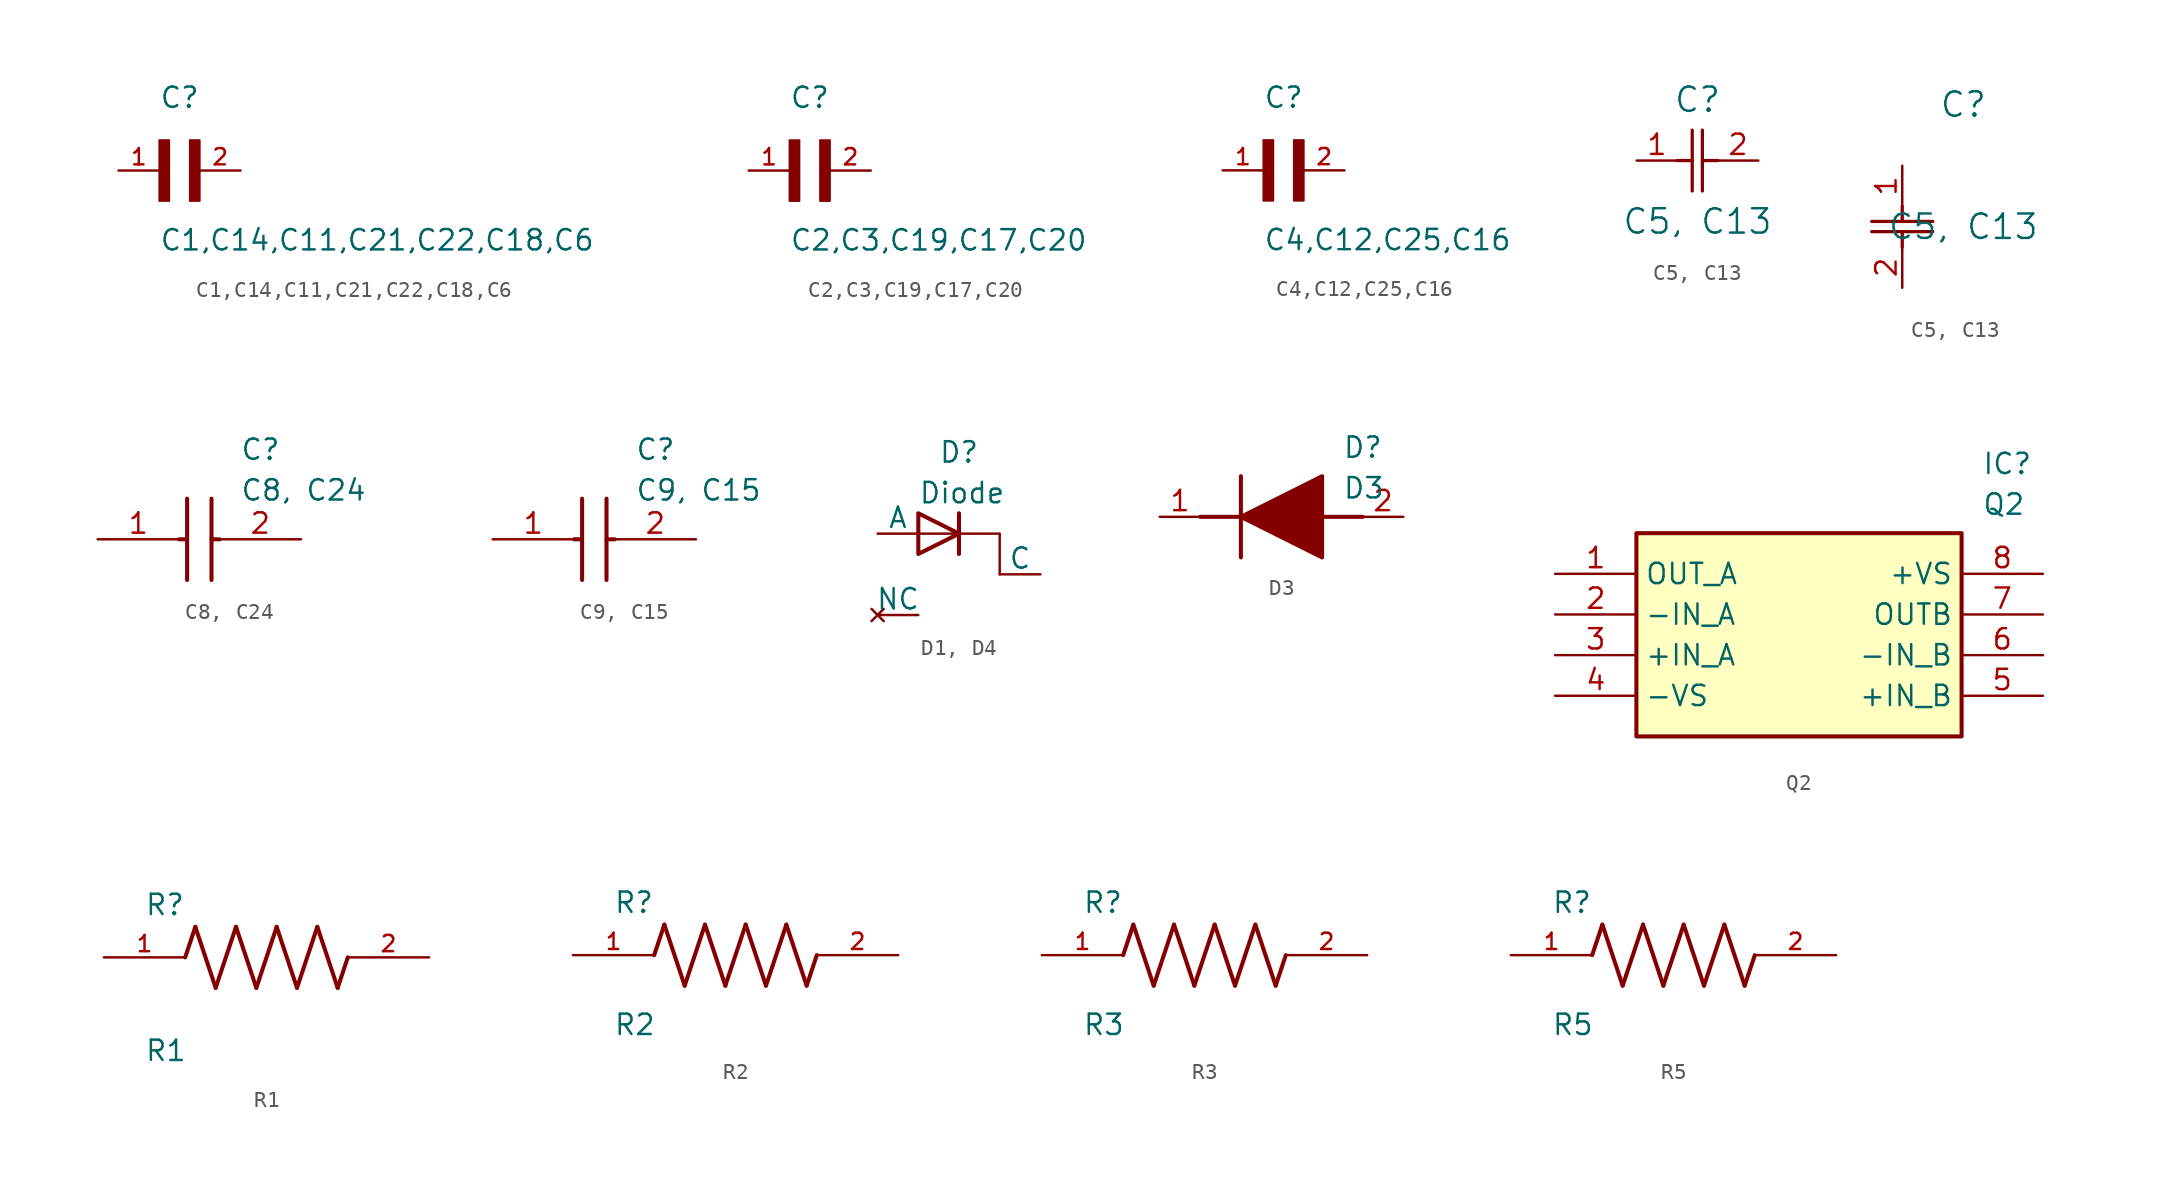
<source format=kicad_sym>
(kicad_symbol_lib
  (version 20241209)
  (generator "kicad_symbol_editor")
  (generator_version "9.0")
  (symbol "C1,C14,C11,C21,C22,C18,C6"
    (pin_names
      (offset 1.016))
    (property "Reference" "C"
      (at 0 3.811 0)
      (effects (font (size 1.27 1.27)) (justify left bottom)))
    (property "Value" "C1,C14,C11,C21,C22,C18,C6"
      (at 0 -5.088 0)
      (effects (font (size 1.27 1.27)) (justify left bottom)))
    (symbol "C1,C14,C11,C21,C22,C18,C6_0_0"
      (rectangle (start 0 -1.907) (end 0.635 1.905) (stroke (width 0.1) (type default)) (fill (type outline)))
      (rectangle (start 1.907 -1.907) (end 2.54 1.905) (stroke (width 0.1) (type default)) (fill (type outline)))
      (pin passive line (at -2.54 0 0) (length 2.54) (name "~" (effects (font (size 1.016 1.016)))) (number "1" (effects (font (size 1.016 1.016)))))
      (pin passive line (at 5.08 0 180) (length 2.54) (name "~" (effects (font (size 1.016 1.016)))) (number "2" (effects (font (size 1.016 1.016)))))))
  (symbol "C2,C3,C19,C17,C20"
    (pin_names
      (offset 1.016))
    (property "Reference" "C"
      (at 0 3.811 0)
      (effects (font (size 1.27 1.27)) (justify left bottom)))
    (property "Value" "C2,C3,C19,C17,C20"
      (at 0 -5.088 0)
      (effects (font (size 1.27 1.27)) (justify left bottom)))
    (symbol "C2,C3,C19,C17,C20_0_0"
      (rectangle (start 0 -1.907) (end 0.635 1.905) (stroke (width 0.1) (type default)) (fill (type outline)))
      (rectangle (start 1.907 -1.907) (end 2.54 1.905) (stroke (width 0.1) (type default)) (fill (type outline)))
      (pin passive line (at -2.54 0 0) (length 2.54) (name "~" (effects (font (size 1.016 1.016)))) (number "1" (effects (font (size 1.016 1.016)))))
      (pin passive line (at 5.08 0 180) (length 2.54) (name "~" (effects (font (size 1.016 1.016)))) (number "2" (effects (font (size 1.016 1.016)))))))
  (symbol "C4,C12,C25,C16"
    (pin_names
      (offset 1.016))
    (property "Reference" "C"
      (at 0 3.811 0)
      (effects (font (size 1.27 1.27)) (justify left bottom)))
    (property "Value" "C4,C12,C25,C16"
      (at 0 -5.088 0)
      (effects (font (size 1.27 1.27)) (justify left bottom)))
    (symbol "C4,C12,C25,C16_0_0"
      (rectangle (start 0 -1.907) (end 0.635 1.905) (stroke (width 0.1) (type default)) (fill (type outline)))
      (rectangle (start 1.907 -1.907) (end 2.54 1.905) (stroke (width 0.1) (type default)) (fill (type outline)))
      (pin passive line (at -2.54 0 0) (length 2.54) (name "~" (effects (font (size 1.016 1.016)))) (number "1" (effects (font (size 1.016 1.016)))))
      (pin passive line (at 5.08 0 180) (length 2.54) (name "~" (effects (font (size 1.016 1.016)))) (number "2" (effects (font (size 1.016 1.016)))))))
  (symbol "C5, C13"
    (pin_names
      (offset 0.254))
    (property "Reference" "C"
      (at 3.81 3.81 0)
      (effects (font (size 1.524 1.524))))
    (property "Value" "C5, C13"
      (at 3.81 -3.81 0)
      (effects (font (size 1.524 1.524))))
    (property "ki_locked" ""
      (at 0 0 0)
      (effects (font (size 1.27 1.27))))
    (symbol "C5, C13_1_1"
      (polyline (pts (xy 2.54 0) (xy 3.48 0)) (stroke (width 0.203) (type default)) (fill (type none)))
      (polyline (pts (xy 3.48 -1.905) (xy 3.48 1.905)) (stroke (width 0.203) (type default)) (fill (type none)))
      (polyline (pts (xy 4.115 0) (xy 5.08 0)) (stroke (width 0.203) (type default)) (fill (type none)))
      (polyline (pts (xy 4.115 -1.905) (xy 4.115 1.905)) (stroke (width 0.203) (type default)) (fill (type none)))
      (pin unspecified line (at 0 0 0) (length 2.54) (name "" (effects (font (size 1.27 1.27)))) (number "1" (effects (font (size 1.27 1.27)))))
      (pin unspecified line (at 7.62 0 180) (length 2.54) (name "" (effects (font (size 1.27 1.27)))) (number "2" (effects (font (size 1.27 1.27))))))
    (symbol "C5, C13_1_2"
      (polyline (pts (xy -1.905 -3.48) (xy 1.905 -3.48)) (stroke (width 0.203) (type default)) (fill (type none)))
      (polyline (pts (xy -1.905 -4.115) (xy 1.905 -4.115)) (stroke (width 0.203) (type default)) (fill (type none)))
      (polyline (pts (xy 0 -2.54) (xy 0 -3.48)) (stroke (width 0.203) (type default)) (fill (type none)))
      (polyline (pts (xy 0 -4.115) (xy 0 -5.08)) (stroke (width 0.203) (type default)) (fill (type none)))
      (pin unspecified line (at 0 0 270) (length 2.54) (name "" (effects (font (size 1.27 1.27)))) (number "1" (effects (font (size 1.27 1.27)))))
      (pin unspecified line (at 0 -7.62 90) (length 2.54) (name "" (effects (font (size 1.27 1.27)))) (number "2" (effects (font (size 1.27 1.27)))))))
  (symbol "C8, C24"
    (pin_names
      (hide yes))
    (property "Reference" "C"
      (at 8.89 6.35 0)
      (effects (font (size 1.27 1.27)) (justify left top)))
    (property "Value" "C8, C24"
      (at 8.89 3.81 0)
      (effects (font (size 1.27 1.27)) (justify left top)))
    (symbol "C8, C24_1_1"
      (polyline (pts (xy 5.08 0) (xy 5.588 0)) (stroke (width 0.254) (type default)) (fill (type none)))
      (polyline (pts (xy 5.588 2.54) (xy 5.588 -2.54)) (stroke (width 0.254) (type default)) (fill (type none)))
      (polyline (pts (xy 7.112 2.54) (xy 7.112 -2.54)) (stroke (width 0.254) (type default)) (fill (type none)))
      (polyline (pts (xy 7.112 0) (xy 7.62 0)) (stroke (width 0.254) (type default)) (fill (type none)))
      (pin passive line (at 0 0 0) (length 5.08) (name "1" (effects (font (size 1.27 1.27)))) (number "1" (effects (font (size 1.27 1.27)))))
      (pin passive line (at 12.7 0 180) (length 5.08) (name "2" (effects (font (size 1.27 1.27)))) (number "2" (effects (font (size 1.27 1.27)))))))
  (symbol "C9, C15"
    (pin_names
      (hide yes))
    (property "Reference" "C"
      (at 8.89 6.35 0)
      (effects (font (size 1.27 1.27)) (justify left top)))
    (property "Value" "C9, C15"
      (at 8.89 3.81 0)
      (effects (font (size 1.27 1.27)) (justify left top)))
    (symbol "C9, C15_1_1"
      (polyline (pts (xy 5.08 0) (xy 5.588 0)) (stroke (width 0.254) (type default)) (fill (type none)))
      (polyline (pts (xy 5.588 2.54) (xy 5.588 -2.54)) (stroke (width 0.254) (type default)) (fill (type none)))
      (polyline (pts (xy 7.112 2.54) (xy 7.112 -2.54)) (stroke (width 0.254) (type default)) (fill (type none)))
      (polyline (pts (xy 7.112 0) (xy 7.62 0)) (stroke (width 0.254) (type default)) (fill (type none)))
      (pin passive line (at 0 0 0) (length 5.08) (name "1" (effects (font (size 1.27 1.27)))) (number "1" (effects (font (size 1.27 1.27)))))
      (pin passive line (at 12.7 0 180) (length 5.08) (name "2" (effects (font (size 1.27 1.27)))) (number "2" (effects (font (size 1.27 1.27)))))))
  (symbol "D1, D4"
    (pin_numbers
      (hide yes))
    (pin_names
      (offset 0))
    (property "Reference" "D"
      (at 0 7.62 0)
      (effects (font (size 1.27 1.27))))
    (property "Value" "Diode"
      (at -2.54 5.08 0)
      (effects (font (size 1.27 1.27)) (justify left)))
    (symbol "D1, D4_0_1"
      (polyline (pts (xy -2.54 2.54) (xy 0 2.54)) (stroke (width 0) (type default)) (fill (type none)))
      (polyline (pts (xy -2.54 1.27) (xy -2.54 3.81) (xy 0 2.54) (xy -2.54 1.27)) (stroke (width 0.254) (type default)) (fill (type none)))
      (polyline (pts (xy 0 1.27) (xy 0 3.81)) (stroke (width 0.254) (type default)) (fill (type none)))
      (polyline (pts (xy 2.54 0) (xy 2.54 2.54) (xy 0 2.54)) (stroke (width 0) (type default)) (fill (type none))))
    (symbol "D1, D4_1_1"
      (pin passive line (at -5.08 2.54 0) (length 2.54) (name "A" (effects (font (size 1.27 1.27)))) (number "1" (effects (font (size 1.27 1.27)))))
      (pin no_connect line (at -5.08 -2.54 0) (length 2.54) (name "NC" (effects (font (size 1.27 1.27)))) (number "3" (effects (font (size 1.27 1.27)))))
      (pin passive line (at 5.08 0 180) (length 2.54) (name "C" (effects (font (size 1.27 1.27)))) (number "2" (effects (font (size 1.27 1.27)))))))
  (symbol "D3"
    (pin_names
      (hide yes))
    (property "Reference" "D"
      (at 11.43 5.08 0)
      (effects (font (size 1.27 1.27)) (justify left top)))
    (property "Value" "D3"
      (at 11.43 2.54 0)
      (effects (font (size 1.27 1.27)) (justify left top)))
    (symbol "D3_1_1"
      (polyline (pts (xy 2.54 0) (xy 5.08 0)) (stroke (width 0.254) (type default)) (fill (type none)))
      (polyline (pts (xy 5.08 2.54) (xy 5.08 -2.54)) (stroke (width 0.254) (type default)) (fill (type none)))
      (polyline (pts (xy 5.08 0) (xy 10.16 2.54) (xy 10.16 -2.54) (xy 5.08 0)) (stroke (width 0.254) (type default)) (fill (type outline)))
      (polyline (pts (xy 10.16 0) (xy 12.7 0)) (stroke (width 0.254) (type default)) (fill (type none)))
      (pin passive line (at 0 0 0) (length 2.54) (name "K" (effects (font (size 1.27 1.27)))) (number "1" (effects (font (size 1.27 1.27)))))
      (pin passive line (at 15.24 0 180) (length 2.54) (name "A" (effects (font (size 1.27 1.27)))) (number "2" (effects (font (size 1.27 1.27)))))))
  (symbol "Q2"
    (property "Reference" "IC"
      (at 26.67 7.62 0)
      (effects (font (size 1.27 1.27)) (justify left top)))
    (property "Value" "Q2"
      (at 26.67 5.08 0)
      (effects (font (size 1.27 1.27)) (justify left top)))
    (symbol "Q2_1_1"
      (rectangle (start 5.08 2.54) (end 25.4 -10.16) (stroke (width 0.254) (type default)) (fill (type background)))
      (pin passive line (at 0 0 0) (length 5.08) (name "OUT_A" (effects (font (size 1.27 1.27)))) (number "1" (effects (font (size 1.27 1.27)))))
      (pin passive line (at 0 -2.54 0) (length 5.08) (name "-IN_A" (effects (font (size 1.27 1.27)))) (number "2" (effects (font (size 1.27 1.27)))))
      (pin passive line (at 0 -5.08 0) (length 5.08) (name "+IN_A" (effects (font (size 1.27 1.27)))) (number "3" (effects (font (size 1.27 1.27)))))
      (pin passive line (at 0 -7.62 0) (length 5.08) (name "-VS" (effects (font (size 1.27 1.27)))) (number "4" (effects (font (size 1.27 1.27)))))
      (pin passive line (at 30.48 0 180) (length 5.08) (name "+VS" (effects (font (size 1.27 1.27)))) (number "8" (effects (font (size 1.27 1.27)))))
      (pin passive line (at 30.48 -2.54 180) (length 5.08) (name "OUTB" (effects (font (size 1.27 1.27)))) (number "7" (effects (font (size 1.27 1.27)))))
      (pin passive line (at 30.48 -5.08 180) (length 5.08) (name "-IN_B" (effects (font (size 1.27 1.27)))) (number "6" (effects (font (size 1.27 1.27)))))
      (pin passive line (at 30.48 -7.62 180) (length 5.08) (name "+IN_B" (effects (font (size 1.27 1.27)))) (number "5" (effects (font (size 1.27 1.27)))))))
  (symbol "R1"
    (pin_names
      (offset 1.016))
    (property "Reference" "R"
      (at -7.624 2.541 0)
      (effects (font (size 1.27 1.27)) (justify left bottom)))
    (property "Value" "R1"
      (at -7.624 -5.087 0)
      (effects (font (size 1.27 1.27)) (justify left top)))
    (symbol "R1_0_0"
      (polyline (pts (xy -5.08 0) (xy -4.445 1.905)) (stroke (width 0.254) (type default)) (fill (type none)))
      (polyline (pts (xy -4.445 1.905) (xy -3.175 -1.905)) (stroke (width 0.254) (type default)) (fill (type none)))
      (polyline (pts (xy -3.175 -1.905) (xy -1.905 1.905)) (stroke (width 0.254) (type default)) (fill (type none)))
      (polyline (pts (xy -1.905 1.905) (xy -0.635 -1.905)) (stroke (width 0.254) (type default)) (fill (type none)))
      (polyline (pts (xy -0.635 -1.905) (xy 0.635 1.905)) (stroke (width 0.254) (type default)) (fill (type none)))
      (polyline (pts (xy 0.635 1.905) (xy 1.905 -1.905)) (stroke (width 0.254) (type default)) (fill (type none)))
      (polyline (pts (xy 1.905 -1.905) (xy 3.175 1.905)) (stroke (width 0.254) (type default)) (fill (type none)))
      (polyline (pts (xy 3.175 1.905) (xy 4.445 -1.905)) (stroke (width 0.254) (type default)) (fill (type none)))
      (polyline (pts (xy 4.445 -1.905) (xy 5.08 0)) (stroke (width 0.254) (type default)) (fill (type none)))
      (pin passive line (at -10.16 0 0) (length 5.08) (name "~" (effects (font (size 1.016 1.016)))) (number "1" (effects (font (size 1.016 1.016)))))
      (pin passive line (at 10.16 0 180) (length 5.08) (name "~" (effects (font (size 1.016 1.016)))) (number "2" (effects (font (size 1.016 1.016)))))))
  (symbol "R2"
    (pin_names
      (offset 1.016))
    (property "Reference" "R"
      (at -7.624 2.542 0)
      (effects (font (size 1.27 1.27)) (justify left bottom)))
    (property "Value" "R2"
      (at -7.63 -5.087 0)
      (effects (font (size 1.27 1.27)) (justify left bottom)))
    (symbol "R2_0_0"
      (polyline (pts (xy -5.08 0) (xy -4.445 1.905)) (stroke (width 0.254) (type default)) (fill (type none)))
      (polyline (pts (xy -4.445 1.905) (xy -3.175 -1.905)) (stroke (width 0.254) (type default)) (fill (type none)))
      (polyline (pts (xy -3.175 -1.905) (xy -1.905 1.905)) (stroke (width 0.254) (type default)) (fill (type none)))
      (polyline (pts (xy -1.905 1.905) (xy -0.635 -1.905)) (stroke (width 0.254) (type default)) (fill (type none)))
      (polyline (pts (xy -0.635 -1.905) (xy 0.635 1.905)) (stroke (width 0.254) (type default)) (fill (type none)))
      (polyline (pts (xy 0.635 1.905) (xy 1.905 -1.905)) (stroke (width 0.254) (type default)) (fill (type none)))
      (polyline (pts (xy 1.905 -1.905) (xy 3.175 1.905)) (stroke (width 0.254) (type default)) (fill (type none)))
      (polyline (pts (xy 3.175 1.905) (xy 4.445 -1.905)) (stroke (width 0.254) (type default)) (fill (type none)))
      (polyline (pts (xy 4.445 -1.905) (xy 5.08 0)) (stroke (width 0.254) (type default)) (fill (type none)))
      (pin passive line (at -10.16 0 0) (length 5.08) (name "~" (effects (font (size 1.016 1.016)))) (number "1" (effects (font (size 1.016 1.016)))))
      (pin passive line (at 10.16 0 180) (length 5.08) (name "~" (effects (font (size 1.016 1.016)))) (number "2" (effects (font (size 1.016 1.016)))))))
  (symbol "R3"
    (pin_names
      (offset 1.016))
    (property "Reference" "R"
      (at -7.624 2.542 0)
      (effects (font (size 1.27 1.27)) (justify left bottom)))
    (property "Value" "R3"
      (at -7.63 -5.087 0)
      (effects (font (size 1.27 1.27)) (justify left bottom)))
    (symbol "R3_0_0"
      (polyline (pts (xy -5.08 0) (xy -4.445 1.905)) (stroke (width 0.254) (type default)) (fill (type none)))
      (polyline (pts (xy -4.445 1.905) (xy -3.175 -1.905)) (stroke (width 0.254) (type default)) (fill (type none)))
      (polyline (pts (xy -3.175 -1.905) (xy -1.905 1.905)) (stroke (width 0.254) (type default)) (fill (type none)))
      (polyline (pts (xy -1.905 1.905) (xy -0.635 -1.905)) (stroke (width 0.254) (type default)) (fill (type none)))
      (polyline (pts (xy -0.635 -1.905) (xy 0.635 1.905)) (stroke (width 0.254) (type default)) (fill (type none)))
      (polyline (pts (xy 0.635 1.905) (xy 1.905 -1.905)) (stroke (width 0.254) (type default)) (fill (type none)))
      (polyline (pts (xy 1.905 -1.905) (xy 3.175 1.905)) (stroke (width 0.254) (type default)) (fill (type none)))
      (polyline (pts (xy 3.175 1.905) (xy 4.445 -1.905)) (stroke (width 0.254) (type default)) (fill (type none)))
      (polyline (pts (xy 4.445 -1.905) (xy 5.08 0)) (stroke (width 0.254) (type default)) (fill (type none)))
      (pin passive line (at -10.16 0 0) (length 5.08) (name "~" (effects (font (size 1.016 1.016)))) (number "1" (effects (font (size 1.016 1.016)))))
      (pin passive line (at 10.16 0 180) (length 5.08) (name "~" (effects (font (size 1.016 1.016)))) (number "2" (effects (font (size 1.016 1.016)))))))
  (symbol "R5"
    (pin_names
      (offset 1.016))
    (property "Reference" "R"
      (at -7.624 2.542 0)
      (effects (font (size 1.27 1.27)) (justify left bottom)))
    (property "Value" "R5"
      (at -7.63 -5.087 0)
      (effects (font (size 1.27 1.27)) (justify left bottom)))
    (symbol "R5_0_0"
      (polyline (pts (xy -5.08 0) (xy -4.445 1.905)) (stroke (width 0.254) (type default)) (fill (type none)))
      (polyline (pts (xy -4.445 1.905) (xy -3.175 -1.905)) (stroke (width 0.254) (type default)) (fill (type none)))
      (polyline (pts (xy -3.175 -1.905) (xy -1.905 1.905)) (stroke (width 0.254) (type default)) (fill (type none)))
      (polyline (pts (xy -1.905 1.905) (xy -0.635 -1.905)) (stroke (width 0.254) (type default)) (fill (type none)))
      (polyline (pts (xy -0.635 -1.905) (xy 0.635 1.905)) (stroke (width 0.254) (type default)) (fill (type none)))
      (polyline (pts (xy 0.635 1.905) (xy 1.905 -1.905)) (stroke (width 0.254) (type default)) (fill (type none)))
      (polyline (pts (xy 1.905 -1.905) (xy 3.175 1.905)) (stroke (width 0.254) (type default)) (fill (type none)))
      (polyline (pts (xy 3.175 1.905) (xy 4.445 -1.905)) (stroke (width 0.254) (type default)) (fill (type none)))
      (polyline (pts (xy 4.445 -1.905) (xy 5.08 0)) (stroke (width 0.254) (type default)) (fill (type none)))
      (pin passive line (at -10.16 0 0) (length 5.08) (name "~" (effects (font (size 1.016 1.016)))) (number "1" (effects (font (size 1.016 1.016)))))
      (pin passive line (at 10.16 0 180) (length 5.08) (name "~" (effects (font (size 1.016 1.016)))) (number "2" (effects (font (size 1.016 1.016))))))))
</source>
